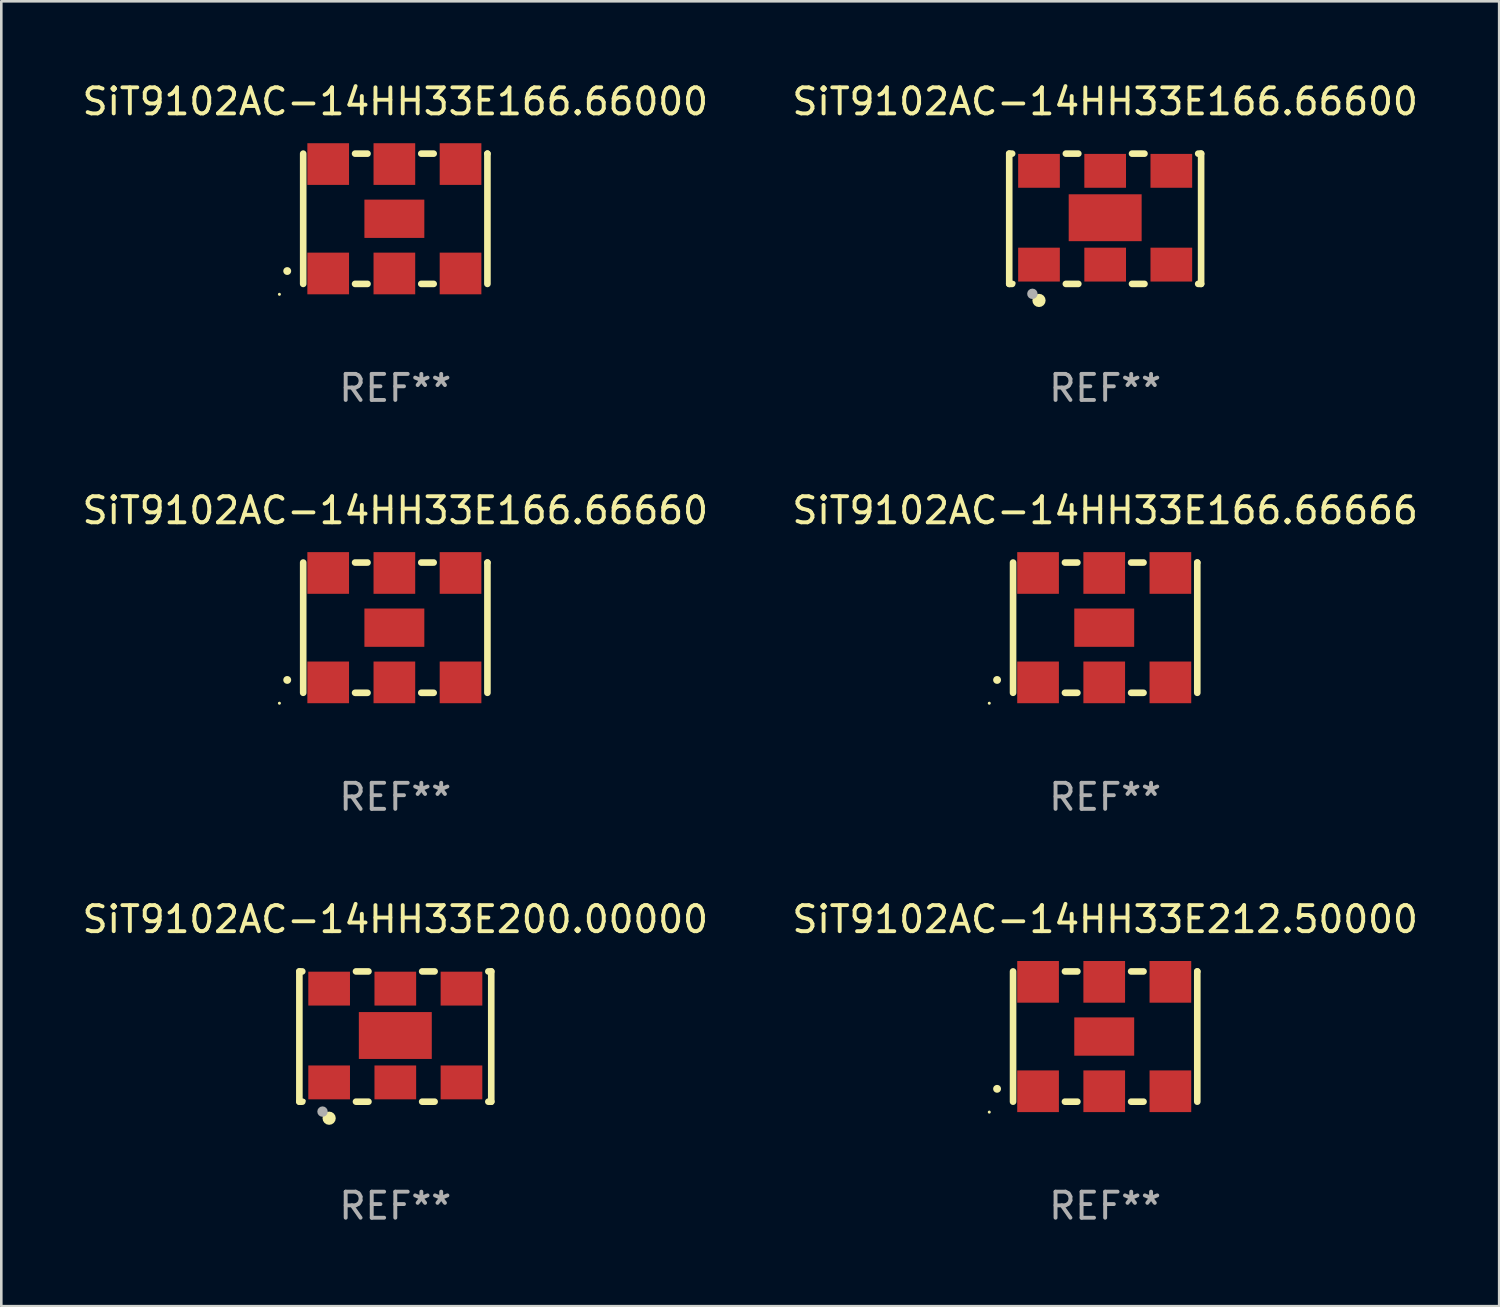
<source format=kicad_pcb>
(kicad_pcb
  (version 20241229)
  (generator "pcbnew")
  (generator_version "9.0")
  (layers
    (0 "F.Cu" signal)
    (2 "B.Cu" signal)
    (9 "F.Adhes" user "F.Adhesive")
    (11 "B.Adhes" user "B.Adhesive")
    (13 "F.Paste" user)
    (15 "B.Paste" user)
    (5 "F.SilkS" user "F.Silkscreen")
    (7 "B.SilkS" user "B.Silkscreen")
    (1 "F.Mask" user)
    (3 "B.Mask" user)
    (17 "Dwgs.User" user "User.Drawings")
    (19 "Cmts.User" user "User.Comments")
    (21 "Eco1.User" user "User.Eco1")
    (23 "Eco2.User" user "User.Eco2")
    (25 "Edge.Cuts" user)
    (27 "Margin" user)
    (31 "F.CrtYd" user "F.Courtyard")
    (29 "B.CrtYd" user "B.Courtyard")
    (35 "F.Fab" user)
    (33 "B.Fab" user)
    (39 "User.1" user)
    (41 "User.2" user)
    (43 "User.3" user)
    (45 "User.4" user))
  (footprint "SiT9102AC-14HH33E166.66000"
    (layer "F.Cu")
    (at 12.125 5.348)
    (property "Reference" "SiT9102AC-14HH33E166.66000" (at 0 -4.5 0) (layer "F.SilkS") (effects (font (size 1 1) (thickness 0.15))))
    (attr through_hole)
    (fp_line (start -3.536 -2.5) (end -3.536 2.5) (stroke (width 0.254) (type solid)) (layer "F.SilkS"))
    (fp_line (start -1.544 2.5) (end -1.067 2.5) (stroke (width 0.254) (type solid)) (layer "F.SilkS"))
    (fp_line (start -1.067 -2.5) (end -1.544 -2.5) (stroke (width 0.254) (type solid)) (layer "F.SilkS"))
    (fp_line (start 0.996 2.5) (end 1.473 2.5) (stroke (width 0.254) (type solid)) (layer "F.SilkS"))
    (fp_line (start 1.473 -2.5) (end 0.996 -2.5) (stroke (width 0.254) (type solid)) (layer "F.SilkS"))
    (fp_line (start 3.536 -2.5) (end 3.536 -2.5) (stroke (width 0.254) (type solid)) (layer "F.SilkS"))
    (fp_line (start 3.536 2.5) (end 3.536 -2.5) (stroke (width 0.254) (type solid)) (layer "F.SilkS"))
    (fp_arc (start -4.150432 2.006604) (mid -4.149162 2.006599) (end -4.147892 2.006604) (stroke (width 0.3) (type solid)) (layer "F.SilkS"))
    (fp_circle (center -4.449 2.9) (end -4.419 2.9) (stroke (width 0.06) (type solid)) (fill no) (layer "F.SilkS"))
    (fp_text user "REF**" (at 0 6.5 0) (layer "F.Fab") (effects (font (size 1 1) (thickness 0.15))))
    (pad "1" smd rect (at -2.576 2.1) (size 1.6 1.6) (layers "F.Cu" "F.Mask" "F.Paste"))
    (pad "2" smd rect (at -0.036 2.1) (size 1.6 1.6) (layers "F.Cu" "F.Mask" "F.Paste"))
    (pad "3" smd rect (at 2.504 2.1) (size 1.6 1.6) (layers "F.Cu" "F.Mask" "F.Paste"))
    (pad "4" smd rect (at 2.504 -2.1) (size 1.6 1.6) (layers "F.Cu" "F.Mask" "F.Paste"))
    (pad "5" smd rect (at -0.036 -2.1) (size 1.6 1.6) (layers "F.Cu" "F.Mask" "F.Paste"))
    (pad "6" smd rect (at -2.576 -2.1) (size 1.6 1.6) (layers "F.Cu" "F.Mask" "F.Paste"))
    (pad "7" smd rect (at -0.036 0) (size 2.3 1.47) (layers "F.Cu" "F.Mask" "F.Paste")))
  (footprint "SiT9102AC-14HH33E212.50000"
    (layer "F.Cu")
    (at 39.375 36.741)
    (property "Reference" "SiT9102AC-14HH33E212.50000" (at 0 -4.5 0) (layer "F.SilkS") (effects (font (size 1 1) (thickness 0.15))))
    (attr through_hole)
    (fp_line (start -3.536 -2.5) (end -3.536 2.5) (stroke (width 0.254) (type solid)) (layer "F.SilkS"))
    (fp_line (start -1.544 2.5) (end -1.067 2.5) (stroke (width 0.254) (type solid)) (layer "F.SilkS"))
    (fp_line (start -1.067 -2.5) (end -1.544 -2.5) (stroke (width 0.254) (type solid)) (layer "F.SilkS"))
    (fp_line (start 0.996 2.5) (end 1.473 2.5) (stroke (width 0.254) (type solid)) (layer "F.SilkS"))
    (fp_line (start 1.473 -2.5) (end 0.996 -2.5) (stroke (width 0.254) (type solid)) (layer "F.SilkS"))
    (fp_line (start 3.536 -2.5) (end 3.536 -2.5) (stroke (width 0.254) (type solid)) (layer "F.SilkS"))
    (fp_line (start 3.536 2.5) (end 3.536 -2.5) (stroke (width 0.254) (type solid)) (layer "F.SilkS"))
    (fp_arc (start -4.150432 2.006604) (mid -4.149162 2.006599) (end -4.147892 2.006604) (stroke (width 0.3) (type solid)) (layer "F.SilkS"))
    (fp_circle (center -4.449 2.9) (end -4.419 2.9) (stroke (width 0.06) (type solid)) (fill no) (layer "F.SilkS"))
    (fp_text user "REF**" (at 0 6.5 0) (layer "F.Fab") (effects (font (size 1 1) (thickness 0.15))))
    (pad "1" smd rect (at -2.576 2.1) (size 1.6 1.6) (layers "F.Cu" "F.Mask" "F.Paste"))
    (pad "2" smd rect (at -0.036 2.1) (size 1.6 1.6) (layers "F.Cu" "F.Mask" "F.Paste"))
    (pad "3" smd rect (at 2.504 2.1) (size 1.6 1.6) (layers "F.Cu" "F.Mask" "F.Paste"))
    (pad "4" smd rect (at 2.504 -2.1) (size 1.6 1.6) (layers "F.Cu" "F.Mask" "F.Paste"))
    (pad "5" smd rect (at -0.036 -2.1) (size 1.6 1.6) (layers "F.Cu" "F.Mask" "F.Paste"))
    (pad "6" smd rect (at -2.576 -2.1) (size 1.6 1.6) (layers "F.Cu" "F.Mask" "F.Paste"))
    (pad "7" smd rect (at -0.036 0) (size 2.3 1.47) (layers "F.Cu" "F.Mask" "F.Paste")))
  (footprint "SiT9102AC-14HH33E200.00000"
    (layer "F.Cu")
    (at 12.125 36.741)
    (property "Reference" "SiT9102AC-14HH33E200.00000" (at 0 -4.5 0) (layer "F.SilkS") (effects (font (size 1 1) (thickness 0.15))))
    (attr through_hole)
    (fp_line (start -3.683 -2.5) (end -3.571 -2.5) (stroke (width 0.254) (type solid)) (layer "F.SilkS"))
    (fp_line (start -3.683 2.5) (end -3.683 -2.5) (stroke (width 0.254) (type solid)) (layer "F.SilkS"))
    (fp_line (start -3.683 2.5) (end -3.571 2.5) (stroke (width 0.254) (type solid)) (layer "F.SilkS"))
    (fp_line (start -1.509 -2.5) (end -1.031 -2.5) (stroke (width 0.254) (type solid)) (layer "F.SilkS"))
    (fp_line (start -1.509 2.5) (end -1.031 2.5) (stroke (width 0.254) (type solid)) (layer "F.SilkS"))
    (fp_line (start 1.031 -2.5) (end 1.509 -2.5) (stroke (width 0.254) (type solid)) (layer "F.SilkS"))
    (fp_line (start 1.031 2.5) (end 1.509 2.5) (stroke (width 0.254) (type solid)) (layer "F.SilkS"))
    (fp_line (start 3.571 -2.5) (end 3.683 -2.5) (stroke (width 0.254) (type solid)) (layer "F.SilkS"))
    (fp_line (start 3.571 2.5) (end 3.683 2.5) (stroke (width 0.254) (type solid)) (layer "F.SilkS"))
    (fp_line (start 3.683 2.5) (end 3.683 -2.5) (stroke (width 0.254) (type solid)) (layer "F.SilkS"))
    (fp_circle (center -3.5 2.46) (end -3.47 2.46) (stroke (width 0.06) (type solid)) (fill no) (layer "F.SilkS"))
    (fp_circle (center -2.54 3.135) (end -2.413 3.135) (stroke (width 0.254) (type solid)) (fill no) (layer "F.SilkS"))
    (fp_circle (center -2.794 2.881) (end -2.694 2.881) (stroke (width 0.2) (type solid)) (fill no) (layer "F.Fab"))
    (fp_text user "REF**" (at 0 6.5 0) (layer "F.Fab") (effects (font (size 1 1) (thickness 0.15))))
    (pad "1" smd rect (at -2.54 1.76) (size 1.6 1.3) (layers "F.Cu" "F.Mask" "F.Paste"))
    (pad "2" smd rect (at 0 1.76) (size 1.6 1.3) (layers "F.Cu" "F.Mask" "F.Paste"))
    (pad "3" smd rect (at 2.54 1.76) (size 1.6 1.3) (layers "F.Cu" "F.Mask" "F.Paste"))
    (pad "4" smd rect (at 2.54 -1.84) (size 1.6 1.3) (layers "F.Cu" "F.Mask" "F.Paste"))
    (pad "5" smd rect (at 0 -1.84) (size 1.6 1.3) (layers "F.Cu" "F.Mask" "F.Paste"))
    (pad "6" smd rect (at -2.54 -1.84) (size 1.6 1.3) (layers "F.Cu" "F.Mask" "F.Paste"))
    (pad "7" smd rect (at 0 -0.04) (size 2.8 1.8) (layers "F.Cu" "F.Mask" "F.Paste")))
  (footprint "SiT9102AC-14HH33E166.66660"
    (layer "F.Cu")
    (at 12.125 21.045)
    (property "Reference" "SiT9102AC-14HH33E166.66660" (at 0 -4.5 0) (layer "F.SilkS") (effects (font (size 1 1) (thickness 0.15))))
    (attr through_hole)
    (fp_line (start -3.536 -2.5) (end -3.536 2.5) (stroke (width 0.254) (type solid)) (layer "F.SilkS"))
    (fp_line (start -1.544 2.5) (end -1.067 2.5) (stroke (width 0.254) (type solid)) (layer "F.SilkS"))
    (fp_line (start -1.067 -2.5) (end -1.544 -2.5) (stroke (width 0.254) (type solid)) (layer "F.SilkS"))
    (fp_line (start 0.996 2.5) (end 1.473 2.5) (stroke (width 0.254) (type solid)) (layer "F.SilkS"))
    (fp_line (start 1.473 -2.5) (end 0.996 -2.5) (stroke (width 0.254) (type solid)) (layer "F.SilkS"))
    (fp_line (start 3.536 -2.5) (end 3.536 -2.5) (stroke (width 0.254) (type solid)) (layer "F.SilkS"))
    (fp_line (start 3.536 2.5) (end 3.536 -2.5) (stroke (width 0.254) (type solid)) (layer "F.SilkS"))
    (fp_arc (start -4.150432 2.006604) (mid -4.149162 2.006599) (end -4.147892 2.006604) (stroke (width 0.3) (type solid)) (layer "F.SilkS"))
    (fp_circle (center -4.449 2.9) (end -4.419 2.9) (stroke (width 0.06) (type solid)) (fill no) (layer "F.SilkS"))
    (fp_text user "REF**" (at 0 6.5 0) (layer "F.Fab") (effects (font (size 1 1) (thickness 0.15))))
    (pad "1" smd rect (at -2.576 2.1) (size 1.6 1.6) (layers "F.Cu" "F.Mask" "F.Paste"))
    (pad "2" smd rect (at -0.036 2.1) (size 1.6 1.6) (layers "F.Cu" "F.Mask" "F.Paste"))
    (pad "3" smd rect (at 2.504 2.1) (size 1.6 1.6) (layers "F.Cu" "F.Mask" "F.Paste"))
    (pad "4" smd rect (at 2.504 -2.1) (size 1.6 1.6) (layers "F.Cu" "F.Mask" "F.Paste"))
    (pad "5" smd rect (at -0.036 -2.1) (size 1.6 1.6) (layers "F.Cu" "F.Mask" "F.Paste"))
    (pad "6" smd rect (at -2.576 -2.1) (size 1.6 1.6) (layers "F.Cu" "F.Mask" "F.Paste"))
    (pad "7" smd rect (at -0.036 0) (size 2.3 1.47) (layers "F.Cu" "F.Mask" "F.Paste")))
  (footprint "SiT9102AC-14HH33E166.66600"
    (layer "F.Cu")
    (at 39.375 5.348)
    (property "Reference" "SiT9102AC-14HH33E166.66600" (at 0 -4.5 0) (layer "F.SilkS") (effects (font (size 1 1) (thickness 0.15))))
    (attr through_hole)
    (fp_line (start -3.683 -2.5) (end -3.571 -2.5) (stroke (width 0.254) (type solid)) (layer "F.SilkS"))
    (fp_line (start -3.683 2.5) (end -3.683 -2.5) (stroke (width 0.254) (type solid)) (layer "F.SilkS"))
    (fp_line (start -3.683 2.5) (end -3.571 2.5) (stroke (width 0.254) (type solid)) (layer "F.SilkS"))
    (fp_line (start -1.509 -2.5) (end -1.031 -2.5) (stroke (width 0.254) (type solid)) (layer "F.SilkS"))
    (fp_line (start -1.509 2.5) (end -1.031 2.5) (stroke (width 0.254) (type solid)) (layer "F.SilkS"))
    (fp_line (start 1.031 -2.5) (end 1.509 -2.5) (stroke (width 0.254) (type solid)) (layer "F.SilkS"))
    (fp_line (start 1.031 2.5) (end 1.509 2.5) (stroke (width 0.254) (type solid)) (layer "F.SilkS"))
    (fp_line (start 3.571 -2.5) (end 3.683 -2.5) (stroke (width 0.254) (type solid)) (layer "F.SilkS"))
    (fp_line (start 3.571 2.5) (end 3.683 2.5) (stroke (width 0.254) (type solid)) (layer "F.SilkS"))
    (fp_line (start 3.683 2.5) (end 3.683 -2.5) (stroke (width 0.254) (type solid)) (layer "F.SilkS"))
    (fp_circle (center -3.5 2.46) (end -3.47 2.46) (stroke (width 0.06) (type solid)) (fill no) (layer "F.SilkS"))
    (fp_circle (center -2.54 3.135) (end -2.413 3.135) (stroke (width 0.254) (type solid)) (fill no) (layer "F.SilkS"))
    (fp_circle (center -2.794 2.881) (end -2.694 2.881) (stroke (width 0.2) (type solid)) (fill no) (layer "F.Fab"))
    (fp_text user "REF**" (at 0 6.5 0) (layer "F.Fab") (effects (font (size 1 1) (thickness 0.15))))
    (pad "1" smd rect (at -2.54 1.76) (size 1.6 1.3) (layers "F.Cu" "F.Mask" "F.Paste"))
    (pad "2" smd rect (at 0 1.76) (size 1.6 1.3) (layers "F.Cu" "F.Mask" "F.Paste"))
    (pad "3" smd rect (at 2.54 1.76) (size 1.6 1.3) (layers "F.Cu" "F.Mask" "F.Paste"))
    (pad "4" smd rect (at 2.54 -1.84) (size 1.6 1.3) (layers "F.Cu" "F.Mask" "F.Paste"))
    (pad "5" smd rect (at 0 -1.84) (size 1.6 1.3) (layers "F.Cu" "F.Mask" "F.Paste"))
    (pad "6" smd rect (at -2.54 -1.84) (size 1.6 1.3) (layers "F.Cu" "F.Mask" "F.Paste"))
    (pad "7" smd rect (at 0 -0.04) (size 2.8 1.8) (layers "F.Cu" "F.Mask" "F.Paste")))
  (footprint "SiT9102AC-14HH33E166.66666"
    (layer "F.Cu")
    (at 39.375 21.045)
    (property "Reference" "SiT9102AC-14HH33E166.66666" (at 0 -4.5 0) (layer "F.SilkS") (effects (font (size 1 1) (thickness 0.15))))
    (attr through_hole)
    (fp_line (start -3.536 -2.5) (end -3.536 2.5) (stroke (width 0.254) (type solid)) (layer "F.SilkS"))
    (fp_line (start -1.544 2.5) (end -1.067 2.5) (stroke (width 0.254) (type solid)) (layer "F.SilkS"))
    (fp_line (start -1.067 -2.5) (end -1.544 -2.5) (stroke (width 0.254) (type solid)) (layer "F.SilkS"))
    (fp_line (start 0.996 2.5) (end 1.473 2.5) (stroke (width 0.254) (type solid)) (layer "F.SilkS"))
    (fp_line (start 1.473 -2.5) (end 0.996 -2.5) (stroke (width 0.254) (type solid)) (layer "F.SilkS"))
    (fp_line (start 3.536 -2.5) (end 3.536 -2.5) (stroke (width 0.254) (type solid)) (layer "F.SilkS"))
    (fp_line (start 3.536 2.5) (end 3.536 -2.5) (stroke (width 0.254) (type solid)) (layer "F.SilkS"))
    (fp_arc (start -4.150432 2.006604) (mid -4.149162 2.006599) (end -4.147892 2.006604) (stroke (width 0.3) (type solid)) (layer "F.SilkS"))
    (fp_circle (center -4.449 2.9) (end -4.419 2.9) (stroke (width 0.06) (type solid)) (fill no) (layer "F.SilkS"))
    (fp_text user "REF**" (at 0 6.5 0) (layer "F.Fab") (effects (font (size 1 1) (thickness 0.15))))
    (pad "1" smd rect (at -2.576 2.1) (size 1.6 1.6) (layers "F.Cu" "F.Mask" "F.Paste"))
    (pad "2" smd rect (at -0.036 2.1) (size 1.6 1.6) (layers "F.Cu" "F.Mask" "F.Paste"))
    (pad "3" smd rect (at 2.504 2.1) (size 1.6 1.6) (layers "F.Cu" "F.Mask" "F.Paste"))
    (pad "4" smd rect (at 2.504 -2.1) (size 1.6 1.6) (layers "F.Cu" "F.Mask" "F.Paste"))
    (pad "5" smd rect (at -0.036 -2.1) (size 1.6 1.6) (layers "F.Cu" "F.Mask" "F.Paste"))
    (pad "6" smd rect (at -2.576 -2.1) (size 1.6 1.6) (layers "F.Cu" "F.Mask" "F.Paste"))
    (pad "7" smd rect (at -0.036 0) (size 2.3 1.47) (layers "F.Cu" "F.Mask" "F.Paste")))
  (gr_rect
    (start -3 -3)
    (end 54.5 47.09)
    (stroke (width 0.1) (type default))
    (fill no)
    (layer "Edge.Cuts")))
</source>
